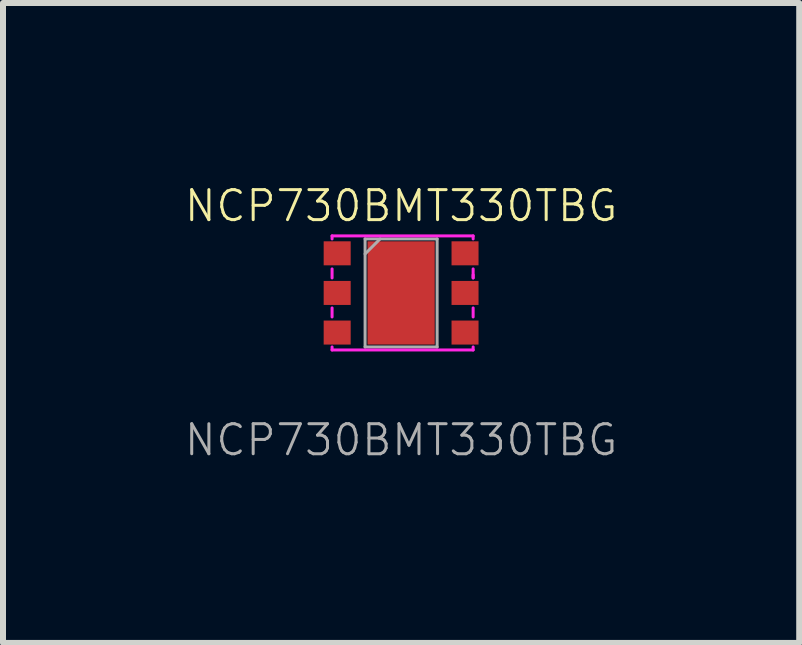
<source format=kicad_pcb>
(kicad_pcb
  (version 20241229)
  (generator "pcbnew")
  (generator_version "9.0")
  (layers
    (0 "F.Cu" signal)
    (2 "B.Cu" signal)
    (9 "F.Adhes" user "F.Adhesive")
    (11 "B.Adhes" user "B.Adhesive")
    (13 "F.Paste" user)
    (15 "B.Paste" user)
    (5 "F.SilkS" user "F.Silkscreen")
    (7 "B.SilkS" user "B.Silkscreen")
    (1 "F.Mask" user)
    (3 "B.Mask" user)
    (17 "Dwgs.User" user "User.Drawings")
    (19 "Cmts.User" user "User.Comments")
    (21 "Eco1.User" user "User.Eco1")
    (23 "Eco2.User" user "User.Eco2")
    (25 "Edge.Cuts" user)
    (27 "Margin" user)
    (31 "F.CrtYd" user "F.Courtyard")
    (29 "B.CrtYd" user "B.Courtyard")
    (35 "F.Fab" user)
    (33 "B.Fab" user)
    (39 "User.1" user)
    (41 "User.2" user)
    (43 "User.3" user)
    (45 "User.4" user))
  (footprint "NCP730BMT330TBG"
    (layer "F.Cu")
    (at 3.632 1.83)
    (property "Reference" "NCP730BMT330TBG" (at 0 -1.45 0) (unlocked yes) (layer "F.SilkS") (effects (font (size 0.5 0.5) (thickness 0.05))))
    (attr smd)
    (fp_line (start -1.15 -0.95) (end 1.2 -0.95) (stroke (width 0.05) (type solid)) (layer "F.CrtYd"))
    (fp_line (start -1.15 -0.9) (end -1.15 -0.95) (stroke (width 0.05) (type solid)) (layer "F.CrtYd"))
    (fp_line (start -1.15 -0.25) (end -1.15 -0.4) (stroke (width 0.05) (type solid)) (layer "F.CrtYd"))
    (fp_line (start -1.15 0.4) (end -1.15 0.25) (stroke (width 0.05) (type solid)) (layer "F.CrtYd"))
    (fp_line (start -1.15 0.9) (end -1.15 0.95) (stroke (width 0.05) (type solid)) (layer "F.CrtYd"))
    (fp_line (start -1.15 0.95) (end 1.2 0.95) (stroke (width 0.05) (type solid)) (layer "F.CrtYd"))
    (fp_line (start 1.2 -0.95) (end 1.2 -0.9) (stroke (width 0.05) (type solid)) (layer "F.CrtYd"))
    (fp_line (start 1.2 -0.3) (end 1.2 -0.25) (stroke (width 0.05) (type solid)) (layer "F.CrtYd"))
    (fp_line (start 1.2 -0.25) (end 1.2 -0.4) (stroke (width 0.05) (type solid)) (layer "F.CrtYd"))
    (fp_line (start 1.2 0.4) (end 1.2 0.25) (stroke (width 0.05) (type solid)) (layer "F.CrtYd"))
    (fp_line (start 1.2 0.95) (end 1.2 0.9) (stroke (width 0.05) (type solid)) (layer "F.CrtYd"))
    (fp_line (start -0.6 -0.9) (end 0.6 -0.9) (stroke (width 0.05) (type solid)) (layer "F.Fab"))
    (fp_line (start -0.6 -0.65) (end -0.35 -0.9) (stroke (width 0.05) (type solid)) (layer "F.Fab"))
    (fp_line (start -0.6 0.9) (end -0.6 -0.9) (stroke (width 0.05) (type solid)) (layer "F.Fab"))
    (fp_line (start 0.6 -0.9) (end 0.6 0.9) (stroke (width 0.05) (type solid)) (layer "F.Fab"))
    (fp_line (start 0.6 0.9) (end -0.6 0.9) (stroke (width 0.05) (type solid)) (layer "F.Fab"))
    (fp_text user "${REFERENCE}" (at 0 2.45 0) (unlocked yes) (layer "F.Fab") (effects (font (size 0.5 0.5) (thickness 0.05))))
    (pad "1" smd rect (at -1.065 -0.66) (size 0.45 0.4) (layers "F.Cu" "F.Mask" "F.Paste"))
    (pad "2" smd rect (at -1.065 0) (size 0.45 0.4) (layers "F.Cu" "F.Mask" "F.Paste"))
    (pad "3" smd rect (at -1.065 0.66) (size 0.45 0.4) (layers "F.Cu" "F.Mask" "F.Paste"))
    (pad "4" smd rect (at 1.065 0.66) (size 0.45 0.4) (layers "F.Cu" "F.Mask" "F.Paste"))
    (pad "5" smd rect (at 1.065 0) (size 0.45 0.4) (layers "F.Cu" "F.Mask" "F.Paste"))
    (pad "6" smd rect (at 1.065 -0.66) (size 0.45 0.4) (layers "F.Cu" "F.Mask" "F.Paste"))
    (pad "7" smd rect (at 0 0) (size 1.12 1.72) (layers "F.Cu" "F.Mask" "F.Paste")))
  (gr_rect
    (start -3 -3)
    (end 10.264 7.66)
    (stroke (width 0.1) (type default))
    (fill no)
    (layer "Edge.Cuts")))
</source>
